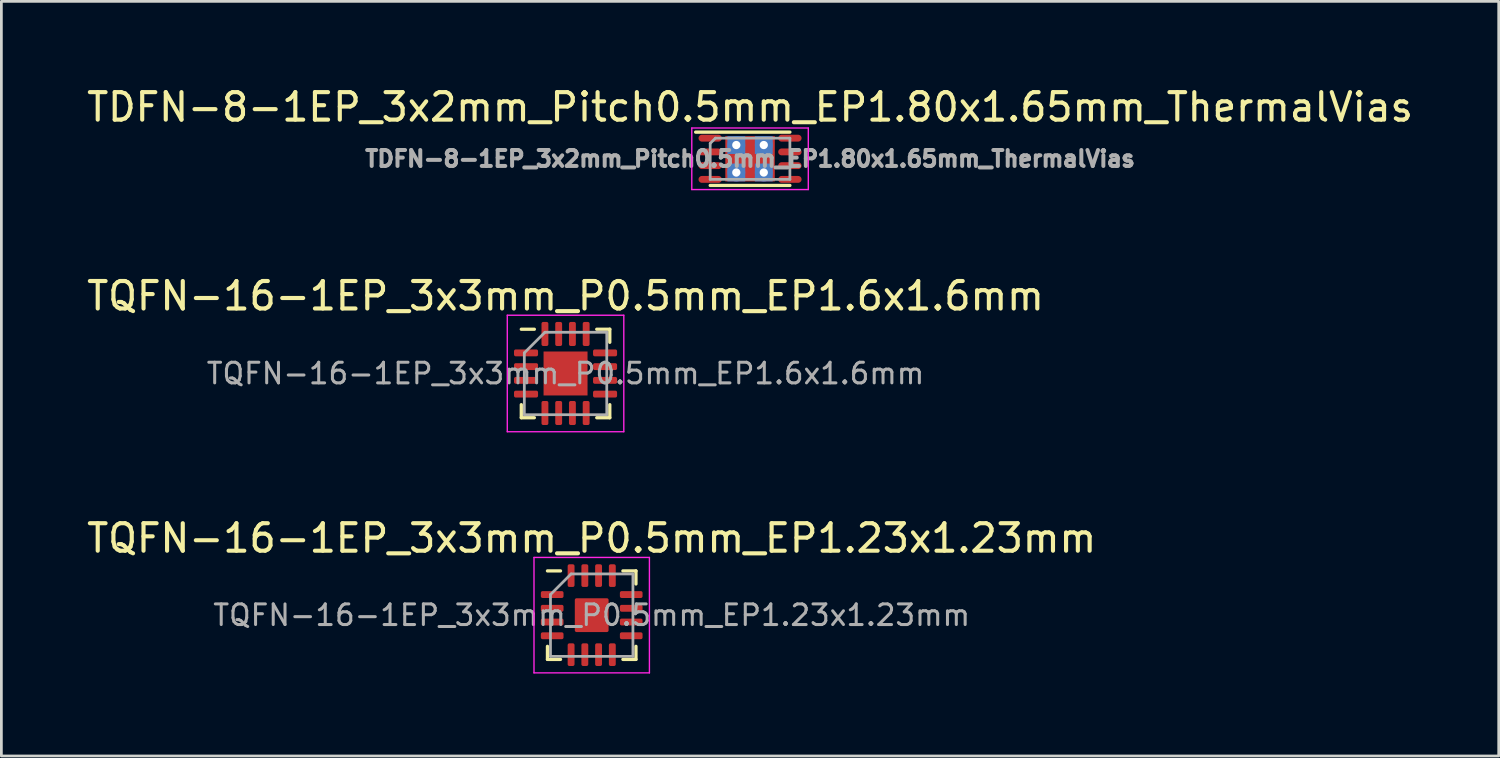
<source format=kicad_pcb>
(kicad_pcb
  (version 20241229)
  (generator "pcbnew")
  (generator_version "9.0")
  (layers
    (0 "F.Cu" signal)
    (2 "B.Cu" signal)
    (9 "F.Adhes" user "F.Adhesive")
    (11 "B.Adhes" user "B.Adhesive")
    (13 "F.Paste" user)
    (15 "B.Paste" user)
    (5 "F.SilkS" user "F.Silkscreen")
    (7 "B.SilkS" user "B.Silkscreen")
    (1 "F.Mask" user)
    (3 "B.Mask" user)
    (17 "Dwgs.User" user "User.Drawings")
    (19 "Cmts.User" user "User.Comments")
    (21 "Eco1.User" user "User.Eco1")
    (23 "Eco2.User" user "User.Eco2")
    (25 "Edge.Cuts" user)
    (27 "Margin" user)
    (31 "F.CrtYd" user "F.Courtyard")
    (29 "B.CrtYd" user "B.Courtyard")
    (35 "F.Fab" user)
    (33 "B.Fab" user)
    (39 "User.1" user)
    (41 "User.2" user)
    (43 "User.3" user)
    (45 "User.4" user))
  (footprint "TQFN-16-1EP_3x3mm_P0.5mm_EP1.6x1.6mm"
    (layer "F.Cu")
    (at 17.53 10.541)
    (property "Reference" "TQFN-16-1EP_3x3mm_P0.5mm_EP1.6x1.6mm" (at 0 -2.82 0) (layer "F.SilkS") (effects (font (size 1 1) (thickness 0.15))))
    (attr smd)
    (fp_line (start -1.61 1.61) (end -1.61 1.135) (stroke (width 0.12) (type solid)) (layer "F.SilkS"))
    (fp_line (start -1.135 -1.61) (end -1.61 -1.61) (stroke (width 0.12) (type solid)) (layer "F.SilkS"))
    (fp_line (start -1.135 1.61) (end -1.61 1.61) (stroke (width 0.12) (type solid)) (layer "F.SilkS"))
    (fp_line (start 1.135 -1.61) (end 1.61 -1.61) (stroke (width 0.12) (type solid)) (layer "F.SilkS"))
    (fp_line (start 1.135 1.61) (end 1.61 1.61) (stroke (width 0.12) (type solid)) (layer "F.SilkS"))
    (fp_line (start 1.61 -1.61) (end 1.61 -1.135) (stroke (width 0.12) (type solid)) (layer "F.SilkS"))
    (fp_line (start 1.61 1.61) (end 1.61 1.135) (stroke (width 0.12) (type solid)) (layer "F.SilkS"))
    (fp_line (start -2.12 -2.12) (end -2.12 2.12) (stroke (width 0.05) (type solid)) (layer "F.CrtYd"))
    (fp_line (start -2.12 2.12) (end 2.12 2.12) (stroke (width 0.05) (type solid)) (layer "F.CrtYd"))
    (fp_line (start 2.12 -2.12) (end -2.12 -2.12) (stroke (width 0.05) (type solid)) (layer "F.CrtYd"))
    (fp_line (start 2.12 2.12) (end 2.12 -2.12) (stroke (width 0.05) (type solid)) (layer "F.CrtYd"))
    (fp_line (start -1.5 -0.75) (end -0.75 -1.5) (stroke (width 0.1) (type solid)) (layer "F.Fab"))
    (fp_line (start -1.5 1.5) (end -1.5 -0.75) (stroke (width 0.1) (type solid)) (layer "F.Fab"))
    (fp_line (start -0.75 -1.5) (end 1.5 -1.5) (stroke (width 0.1) (type solid)) (layer "F.Fab"))
    (fp_line (start 1.5 -1.5) (end 1.5 1.5) (stroke (width 0.1) (type solid)) (layer "F.Fab"))
    (fp_line (start 1.5 1.5) (end -1.5 1.5) (stroke (width 0.1) (type solid)) (layer "F.Fab"))
    (fp_text user "${REFERENCE}" (at 0 0 0) (layer "F.Fab") (effects (font (size 0.75 0.75) (thickness 0.11))))
    (pad "" smd roundrect (at -0.4 -0.4) (size 0.64 0.64) (layers "F.Paste") (roundrect_rratio 0.25))
    (pad "" smd roundrect (at -0.4 0.4) (size 0.64 0.64) (layers "F.Paste") (roundrect_rratio 0.25))
    (pad "" smd roundrect (at 0.4 -0.4) (size 0.64 0.64) (layers "F.Paste") (roundrect_rratio 0.25))
    (pad "" smd roundrect (at 0.4 0.4) (size 0.64 0.64) (layers "F.Paste") (roundrect_rratio 0.25))
    (pad "1" smd roundrect (at -1.438 -0.75) (size 0.875 0.25) (layers "F.Cu" "F.Mask" "F.Paste") (roundrect_rratio 0.25))
    (pad "2" smd roundrect (at -1.438 -0.25) (size 0.875 0.25) (layers "F.Cu" "F.Mask" "F.Paste") (roundrect_rratio 0.25))
    (pad "3" smd roundrect (at -1.438 0.25) (size 0.875 0.25) (layers "F.Cu" "F.Mask" "F.Paste") (roundrect_rratio 0.25))
    (pad "4" smd roundrect (at -1.438 0.75) (size 0.875 0.25) (layers "F.Cu" "F.Mask" "F.Paste") (roundrect_rratio 0.25))
    (pad "5" smd roundrect (at -0.75 1.438) (size 0.25 0.875) (layers "F.Cu" "F.Mask" "F.Paste") (roundrect_rratio 0.25))
    (pad "6" smd roundrect (at -0.25 1.438) (size 0.25 0.875) (layers "F.Cu" "F.Mask" "F.Paste") (roundrect_rratio 0.25))
    (pad "7" smd roundrect (at 0.25 1.438) (size 0.25 0.875) (layers "F.Cu" "F.Mask" "F.Paste") (roundrect_rratio 0.25))
    (pad "8" smd roundrect (at 0.75 1.438) (size 0.25 0.875) (layers "F.Cu" "F.Mask" "F.Paste") (roundrect_rratio 0.25))
    (pad "9" smd roundrect (at 1.438 0.75) (size 0.875 0.25) (layers "F.Cu" "F.Mask" "F.Paste") (roundrect_rratio 0.25))
    (pad "10" smd roundrect (at 1.438 0.25) (size 0.875 0.25) (layers "F.Cu" "F.Mask" "F.Paste") (roundrect_rratio 0.25))
    (pad "11" smd roundrect (at 1.438 -0.25) (size 0.875 0.25) (layers "F.Cu" "F.Mask" "F.Paste") (roundrect_rratio 0.25))
    (pad "12" smd roundrect (at 1.438 -0.75) (size 0.875 0.25) (layers "F.Cu" "F.Mask" "F.Paste") (roundrect_rratio 0.25))
    (pad "13" smd roundrect (at 0.75 -1.438) (size 0.25 0.875) (layers "F.Cu" "F.Mask" "F.Paste") (roundrect_rratio 0.25))
    (pad "14" smd roundrect (at 0.25 -1.438) (size 0.25 0.875) (layers "F.Cu" "F.Mask" "F.Paste") (roundrect_rratio 0.25))
    (pad "15" smd roundrect (at -0.25 -1.438) (size 0.25 0.875) (layers "F.Cu" "F.Mask" "F.Paste") (roundrect_rratio 0.25))
    (pad "16" smd roundrect (at -0.75 -1.438) (size 0.25 0.875) (layers "F.Cu" "F.Mask" "F.Paste") (roundrect_rratio 0.25))
    (pad "17" smd rect (at 0 0) (size 1.6 1.6) (layers "F.Cu" "F.Mask")))
  (footprint "TDFN-8-1EP_3x2mm_Pitch0.5mm_EP1.80x1.65mm_ThermalVias"
    (layer "F.Cu")
    (at 24.244 2.728)
    (property "Reference" "TDFN-8-1EP_3x2mm_Pitch0.5mm_EP1.80x1.65mm_ThermalVias" (at 0 -1.88 0) (layer "F.SilkS") (effects (font (size 1 1) (thickness 0.15))))
    (attr smd)
    (fp_line (start -1.98 -0.97) (end 1.45 -0.97) (stroke (width 0.12) (type solid)) (layer "F.SilkS"))
    (fp_line (start -1.45 0.97) (end 1.45 0.97) (stroke (width 0.12) (type solid)) (layer "F.SilkS"))
    (fp_line (start -2.12 -1.12) (end -2.12 1.12) (stroke (width 0.05) (type solid)) (layer "F.CrtYd"))
    (fp_line (start -2.12 1.12) (end 2.12 1.12) (stroke (width 0.05) (type solid)) (layer "F.CrtYd"))
    (fp_line (start 2.12 -1.12) (end -2.12 -1.12) (stroke (width 0.05) (type solid)) (layer "F.CrtYd"))
    (fp_line (start 2.12 1.12) (end 2.12 -1.12) (stroke (width 0.05) (type solid)) (layer "F.CrtYd"))
    (fp_line (start -1.45 -0.56) (end -1.26 -0.75) (stroke (width 0.1) (type solid)) (layer "F.Fab"))
    (fp_line (start -1.45 0.75) (end -1.45 -0.56) (stroke (width 0.1) (type solid)) (layer "F.Fab"))
    (fp_line (start -1.26 -0.75) (end 1.45 -0.75) (stroke (width 0.1) (type solid)) (layer "F.Fab"))
    (fp_line (start 1.45 -0.75) (end 1.45 0.75) (stroke (width 0.1) (type solid)) (layer "F.Fab"))
    (fp_line (start 1.45 0.75) (end -1.45 0.75) (stroke (width 0.1) (type solid)) (layer "F.Fab"))
    (fp_text user "${REFERENCE}" (at 0 0 0) (layer "F.Fab") (effects (font (size 0.58 0.58) (thickness 0.15))))
    (pad "" smd rect (at 0 -0.5) (size 0.35 0.65) (layers "F.Paste"))
    (pad "" smd rect (at 0 0) (size 1.8 0.35) (layers "F.Paste"))
    (pad "" smd rect (at 0 0.5) (size 0.35 0.65) (layers "F.Paste"))
    (pad "1" smd oval (at -1.45 -0.75) (size 0.85 0.25) (layers "F.Cu" "F.Mask" "F.Paste"))
    (pad "2" smd oval (at -1.45 -0.25) (size 0.85 0.25) (layers "F.Cu" "F.Mask" "F.Paste"))
    (pad "3" smd oval (at -1.45 0.25) (size 0.85 0.25) (layers "F.Cu" "F.Mask" "F.Paste"))
    (pad "4" smd oval (at -1.45 0.75) (size 0.85 0.25) (layers "F.Cu" "F.Mask" "F.Paste"))
    (pad "5" smd oval (at 1.45 -0.75) (size 0.85 0.25) (layers "F.Cu" "F.Mask" "F.Paste"))
    (pad "6" smd oval (at 1.45 -0.25) (size 0.85 0.25) (layers "F.Cu" "F.Mask" "F.Paste"))
    (pad "7" smd oval (at 1.45 0.25) (size 0.85 0.25) (layers "F.Cu" "F.Mask" "F.Paste"))
    (pad "8" smd oval (at 1.45 0.75) (size 0.85 0.25) (layers "F.Cu" "F.Mask" "F.Paste"))
    (pad "9" thru_hole circle (at -0.5 -0.5) (size 0.65 0.65) (drill 0.3) (layers "*.Cu" "*.Mask"))
    (pad "9" smd rect (at -0.5 -0.5) (size 0.65 0.65) (layers "B.Cu" "B.Mask"))
    (pad "9" thru_hole circle (at -0.5 0.5) (size 0.65 0.65) (drill 0.3) (layers "*.Cu" "*.Mask"))
    (pad "9" smd rect (at -0.5 0.5) (size 0.65 0.65) (layers "B.Cu" "B.Mask"))
    (pad "9" smd rect (at 0 0) (size 1.8 1.65) (layers "F.Cu" "F.Mask"))
    (pad "9" thru_hole circle (at 0.5 -0.5) (size 0.65 0.65) (drill 0.3) (layers "*.Cu" "*.Mask"))
    (pad "9" smd rect (at 0.5 -0.5) (size 0.65 0.65) (layers "B.Cu" "B.Mask"))
    (pad "9" thru_hole circle (at 0.5 0.5) (size 0.65 0.65) (drill 0.3) (layers "*.Cu" "*.Mask"))
    (pad "9" smd rect (at 0.5 0.5) (size 0.65 0.65) (layers "B.Cu" "B.Mask")))
  (footprint "TQFN-16-1EP_3x3mm_P0.5mm_EP1.23x1.23mm"
    (layer "F.Cu")
    (at 18.482 19.335)
    (property "Reference" "TQFN-16-1EP_3x3mm_P0.5mm_EP1.23x1.23mm" (at 0 -2.8 0) (layer "F.SilkS") (effects (font (size 1 1) (thickness 0.15))))
    (attr smd)
    (fp_line (start -1.61 1.61) (end -1.61 1.135) (stroke (width 0.12) (type solid)) (layer "F.SilkS"))
    (fp_line (start -1.135 -1.61) (end -1.61 -1.61) (stroke (width 0.12) (type solid)) (layer "F.SilkS"))
    (fp_line (start -1.135 1.61) (end -1.61 1.61) (stroke (width 0.12) (type solid)) (layer "F.SilkS"))
    (fp_line (start 1.135 -1.61) (end 1.61 -1.61) (stroke (width 0.12) (type solid)) (layer "F.SilkS"))
    (fp_line (start 1.135 1.61) (end 1.61 1.61) (stroke (width 0.12) (type solid)) (layer "F.SilkS"))
    (fp_line (start 1.61 -1.61) (end 1.61 -1.135) (stroke (width 0.12) (type solid)) (layer "F.SilkS"))
    (fp_line (start 1.61 1.61) (end 1.61 1.135) (stroke (width 0.12) (type solid)) (layer "F.SilkS"))
    (fp_line (start -2.1 -2.1) (end -2.1 2.1) (stroke (width 0.05) (type solid)) (layer "F.CrtYd"))
    (fp_line (start -2.1 2.1) (end 2.1 2.1) (stroke (width 0.05) (type solid)) (layer "F.CrtYd"))
    (fp_line (start 2.1 -2.1) (end -2.1 -2.1) (stroke (width 0.05) (type solid)) (layer "F.CrtYd"))
    (fp_line (start 2.1 2.1) (end 2.1 -2.1) (stroke (width 0.05) (type solid)) (layer "F.CrtYd"))
    (fp_line (start -1.5 -0.75) (end -0.75 -1.5) (stroke (width 0.1) (type solid)) (layer "F.Fab"))
    (fp_line (start -1.5 1.5) (end -1.5 -0.75) (stroke (width 0.1) (type solid)) (layer "F.Fab"))
    (fp_line (start -0.75 -1.5) (end 1.5 -1.5) (stroke (width 0.1) (type solid)) (layer "F.Fab"))
    (fp_line (start 1.5 -1.5) (end 1.5 1.5) (stroke (width 0.1) (type solid)) (layer "F.Fab"))
    (fp_line (start 1.5 1.5) (end -1.5 1.5) (stroke (width 0.1) (type solid)) (layer "F.Fab"))
    (fp_text user "${REFERENCE}" (at 0 0 0) (layer "F.Fab") (effects (font (size 0.75 0.75) (thickness 0.11))))
    (pad "" smd roundrect (at -0.31 -0.31) (size 0.5 0.5) (layers "F.Paste") (roundrect_rratio 0.25))
    (pad "" smd roundrect (at -0.31 0.31) (size 0.5 0.5) (layers "F.Paste") (roundrect_rratio 0.25))
    (pad "" smd roundrect (at 0.31 -0.31) (size 0.5 0.5) (layers "F.Paste") (roundrect_rratio 0.25))
    (pad "" smd roundrect (at 0.31 0.31) (size 0.5 0.5) (layers "F.Paste") (roundrect_rratio 0.25))
    (pad "1" smd roundrect (at -1.438 -0.75) (size 0.825 0.25) (layers "F.Cu" "F.Mask" "F.Paste") (roundrect_rratio 0.25))
    (pad "2" smd roundrect (at -1.438 -0.25) (size 0.825 0.25) (layers "F.Cu" "F.Mask" "F.Paste") (roundrect_rratio 0.25))
    (pad "3" smd roundrect (at -1.438 0.25) (size 0.825 0.25) (layers "F.Cu" "F.Mask" "F.Paste") (roundrect_rratio 0.25))
    (pad "4" smd roundrect (at -1.438 0.75) (size 0.825 0.25) (layers "F.Cu" "F.Mask" "F.Paste") (roundrect_rratio 0.25))
    (pad "5" smd roundrect (at -0.75 1.438) (size 0.25 0.825) (layers "F.Cu" "F.Mask" "F.Paste") (roundrect_rratio 0.25))
    (pad "6" smd roundrect (at -0.25 1.438) (size 0.25 0.825) (layers "F.Cu" "F.Mask" "F.Paste") (roundrect_rratio 0.25))
    (pad "7" smd roundrect (at 0.25 1.438) (size 0.25 0.825) (layers "F.Cu" "F.Mask" "F.Paste") (roundrect_rratio 0.25))
    (pad "8" smd roundrect (at 0.75 1.438) (size 0.25 0.825) (layers "F.Cu" "F.Mask" "F.Paste") (roundrect_rratio 0.25))
    (pad "9" smd roundrect (at 1.438 0.75) (size 0.825 0.25) (layers "F.Cu" "F.Mask" "F.Paste") (roundrect_rratio 0.25))
    (pad "10" smd roundrect (at 1.438 0.25) (size 0.825 0.25) (layers "F.Cu" "F.Mask" "F.Paste") (roundrect_rratio 0.25))
    (pad "11" smd roundrect (at 1.438 -0.25) (size 0.825 0.25) (layers "F.Cu" "F.Mask" "F.Paste") (roundrect_rratio 0.25))
    (pad "12" smd roundrect (at 1.438 -0.75) (size 0.825 0.25) (layers "F.Cu" "F.Mask" "F.Paste") (roundrect_rratio 0.25))
    (pad "13" smd roundrect (at 0.75 -1.438) (size 0.25 0.825) (layers "F.Cu" "F.Mask" "F.Paste") (roundrect_rratio 0.25))
    (pad "14" smd roundrect (at 0.25 -1.438) (size 0.25 0.825) (layers "F.Cu" "F.Mask" "F.Paste") (roundrect_rratio 0.25))
    (pad "15" smd roundrect (at -0.25 -1.438) (size 0.25 0.825) (layers "F.Cu" "F.Mask" "F.Paste") (roundrect_rratio 0.25))
    (pad "16" smd roundrect (at -0.75 -1.438) (size 0.25 0.825) (layers "F.Cu" "F.Mask" "F.Paste") (roundrect_rratio 0.25))
    (pad "17" smd roundrect (at 0 0) (size 1.23 1.23) (layers "F.Cu" "F.Mask") (roundrect_rratio 0.051)))
  (gr_rect
    (start -3 -3)
    (end 51.488 24.46)
    (stroke (width 0.1) (type default))
    (fill no)
    (layer "Edge.Cuts")))
</source>
